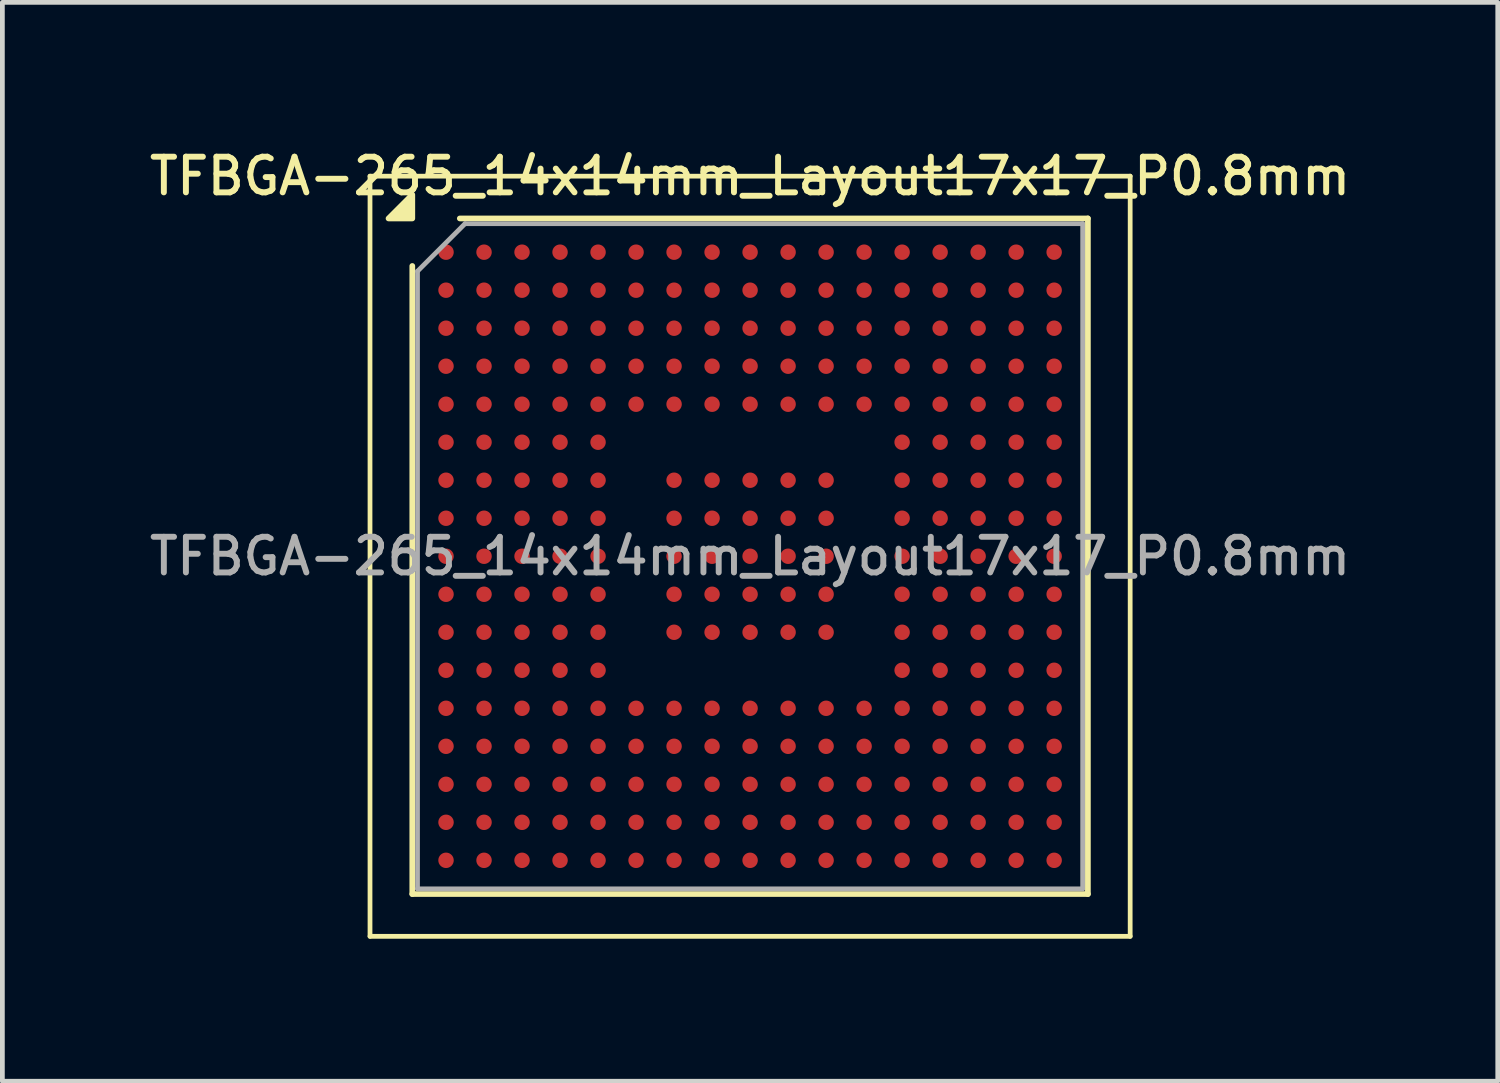
<source format=kicad_pcb>
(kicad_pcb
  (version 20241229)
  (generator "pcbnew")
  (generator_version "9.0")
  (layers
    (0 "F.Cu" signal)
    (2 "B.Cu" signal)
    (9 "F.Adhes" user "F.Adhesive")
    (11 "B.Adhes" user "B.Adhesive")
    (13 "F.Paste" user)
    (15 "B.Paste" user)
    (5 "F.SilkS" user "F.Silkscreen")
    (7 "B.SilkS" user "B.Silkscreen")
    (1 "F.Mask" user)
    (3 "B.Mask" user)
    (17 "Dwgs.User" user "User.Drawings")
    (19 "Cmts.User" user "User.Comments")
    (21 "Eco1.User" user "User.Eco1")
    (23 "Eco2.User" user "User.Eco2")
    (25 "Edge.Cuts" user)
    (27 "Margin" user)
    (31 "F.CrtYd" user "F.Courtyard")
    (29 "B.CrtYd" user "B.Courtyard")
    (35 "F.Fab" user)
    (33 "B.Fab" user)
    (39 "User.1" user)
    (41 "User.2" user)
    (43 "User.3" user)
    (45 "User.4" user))
  (footprint "TFBGA-265_14x14mm_Layout17x17_P0.8mm"
    (layer "F.Cu")
    (at 12.738 8.658)
    (property "Reference" "TFBGA-265_14x14mm_Layout17x17_P0.8mm" (at 0 -8 0) (layer "F.SilkS") (effects (font (size 0.75 0.75) (thickness 0.125))))
    (attr smd)
    (fp_line (start -8 -8) (end -8 8) (stroke (width 0.1) (type solid)) (layer "F.SilkS"))
    (fp_line (start -8 8) (end 8 8) (stroke (width 0.1) (type solid)) (layer "F.SilkS"))
    (fp_line (start -7.11 7.11) (end -7.11 -6.11) (stroke (width 0.12) (type solid)) (layer "F.SilkS"))
    (fp_line (start -6.11 -7.11) (end 7.11 -7.11) (stroke (width 0.12) (type solid)) (layer "F.SilkS"))
    (fp_line (start 7.11 -7.11) (end 7.11 7.11) (stroke (width 0.12) (type solid)) (layer "F.SilkS"))
    (fp_line (start 7.11 7.11) (end -7.11 7.11) (stroke (width 0.12) (type solid)) (layer "F.SilkS"))
    (fp_line (start 8 -8) (end -8 -8) (stroke (width 0.1) (type solid)) (layer "F.SilkS"))
    (fp_line (start 8 8) (end 8 -8) (stroke (width 0.1) (type solid)) (layer "F.SilkS"))
    (fp_poly (pts (xy -7.11 -7.11) (xy -7.61 -7.11) (xy -7.11 -7.61) (xy -7.11 -7.11)) (stroke (width 0.12) (type solid)) (fill yes) (layer "F.SilkS"))
    (fp_line (start -7 -6) (end -6 -7) (stroke (width 0.1) (type solid)) (layer "F.Fab"))
    (fp_line (start -7 7) (end -7 -6) (stroke (width 0.1) (type solid)) (layer "F.Fab"))
    (fp_line (start -6 -7) (end 7 -7) (stroke (width 0.1) (type solid)) (layer "F.Fab"))
    (fp_line (start 7 -7) (end 7 7) (stroke (width 0.1) (type solid)) (layer "F.Fab"))
    (fp_line (start 7 7) (end -7 7) (stroke (width 0.1) (type solid)) (layer "F.Fab"))
    (fp_text user "${REFERENCE}" (at 0 0 0) (layer "F.Fab") (effects (font (size 0.75 0.75) (thickness 0.125))))
    (pad "A1" smd circle (at -6.4 -6.4) (size 0.325 0.325) (property pad_prop_bga) (layers "F.Cu" "F.Mask" "F.Paste"))
    (pad "A2" smd circle (at -5.6 -6.4) (size 0.325 0.325) (property pad_prop_bga) (layers "F.Cu" "F.Mask" "F.Paste"))
    (pad "A3" smd circle (at -4.8 -6.4) (size 0.325 0.325) (property pad_prop_bga) (layers "F.Cu" "F.Mask" "F.Paste"))
    (pad "A4" smd circle (at -4 -6.4) (size 0.325 0.325) (property pad_prop_bga) (layers "F.Cu" "F.Mask" "F.Paste"))
    (pad "A5" smd circle (at -3.2 -6.4) (size 0.325 0.325) (property pad_prop_bga) (layers "F.Cu" "F.Mask" "F.Paste"))
    (pad "A6" smd circle (at -2.4 -6.4) (size 0.325 0.325) (property pad_prop_bga) (layers "F.Cu" "F.Mask" "F.Paste"))
    (pad "A7" smd circle (at -1.6 -6.4) (size 0.325 0.325) (property pad_prop_bga) (layers "F.Cu" "F.Mask" "F.Paste"))
    (pad "A8" smd circle (at -0.8 -6.4) (size 0.325 0.325) (property pad_prop_bga) (layers "F.Cu" "F.Mask" "F.Paste"))
    (pad "A9" smd circle (at 0 -6.4) (size 0.325 0.325) (property pad_prop_bga) (layers "F.Cu" "F.Mask" "F.Paste"))
    (pad "A10" smd circle (at 0.8 -6.4) (size 0.325 0.325) (property pad_prop_bga) (layers "F.Cu" "F.Mask" "F.Paste"))
    (pad "A11" smd circle (at 1.6 -6.4) (size 0.325 0.325) (property pad_prop_bga) (layers "F.Cu" "F.Mask" "F.Paste"))
    (pad "A12" smd circle (at 2.4 -6.4) (size 0.325 0.325) (property pad_prop_bga) (layers "F.Cu" "F.Mask" "F.Paste"))
    (pad "A13" smd circle (at 3.2 -6.4) (size 0.325 0.325) (property pad_prop_bga) (layers "F.Cu" "F.Mask" "F.Paste"))
    (pad "A14" smd circle (at 4 -6.4) (size 0.325 0.325) (property pad_prop_bga) (layers "F.Cu" "F.Mask" "F.Paste"))
    (pad "A15" smd circle (at 4.8 -6.4) (size 0.325 0.325) (property pad_prop_bga) (layers "F.Cu" "F.Mask" "F.Paste"))
    (pad "A16" smd circle (at 5.6 -6.4) (size 0.325 0.325) (property pad_prop_bga) (layers "F.Cu" "F.Mask" "F.Paste"))
    (pad "A17" smd circle (at 6.4 -6.4) (size 0.325 0.325) (property pad_prop_bga) (layers "F.Cu" "F.Mask" "F.Paste"))
    (pad "B1" smd circle (at -6.4 -5.6) (size 0.325 0.325) (property pad_prop_bga) (layers "F.Cu" "F.Mask" "F.Paste"))
    (pad "B2" smd circle (at -5.6 -5.6) (size 0.325 0.325) (property pad_prop_bga) (layers "F.Cu" "F.Mask" "F.Paste"))
    (pad "B3" smd circle (at -4.8 -5.6) (size 0.325 0.325) (property pad_prop_bga) (layers "F.Cu" "F.Mask" "F.Paste"))
    (pad "B4" smd circle (at -4 -5.6) (size 0.325 0.325) (property pad_prop_bga) (layers "F.Cu" "F.Mask" "F.Paste"))
    (pad "B5" smd circle (at -3.2 -5.6) (size 0.325 0.325) (property pad_prop_bga) (layers "F.Cu" "F.Mask" "F.Paste"))
    (pad "B6" smd circle (at -2.4 -5.6) (size 0.325 0.325) (property pad_prop_bga) (layers "F.Cu" "F.Mask" "F.Paste"))
    (pad "B7" smd circle (at -1.6 -5.6) (size 0.325 0.325) (property pad_prop_bga) (layers "F.Cu" "F.Mask" "F.Paste"))
    (pad "B8" smd circle (at -0.8 -5.6) (size 0.325 0.325) (property pad_prop_bga) (layers "F.Cu" "F.Mask" "F.Paste"))
    (pad "B9" smd circle (at 0 -5.6) (size 0.325 0.325) (property pad_prop_bga) (layers "F.Cu" "F.Mask" "F.Paste"))
    (pad "B10" smd circle (at 0.8 -5.6) (size 0.325 0.325) (property pad_prop_bga) (layers "F.Cu" "F.Mask" "F.Paste"))
    (pad "B11" smd circle (at 1.6 -5.6) (size 0.325 0.325) (property pad_prop_bga) (layers "F.Cu" "F.Mask" "F.Paste"))
    (pad "B12" smd circle (at 2.4 -5.6) (size 0.325 0.325) (property pad_prop_bga) (layers "F.Cu" "F.Mask" "F.Paste"))
    (pad "B13" smd circle (at 3.2 -5.6) (size 0.325 0.325) (property pad_prop_bga) (layers "F.Cu" "F.Mask" "F.Paste"))
    (pad "B14" smd circle (at 4 -5.6) (size 0.325 0.325) (property pad_prop_bga) (layers "F.Cu" "F.Mask" "F.Paste"))
    (pad "B15" smd circle (at 4.8 -5.6) (size 0.325 0.325) (property pad_prop_bga) (layers "F.Cu" "F.Mask" "F.Paste"))
    (pad "B16" smd circle (at 5.6 -5.6) (size 0.325 0.325) (property pad_prop_bga) (layers "F.Cu" "F.Mask" "F.Paste"))
    (pad "B17" smd circle (at 6.4 -5.6) (size 0.325 0.325) (property pad_prop_bga) (layers "F.Cu" "F.Mask" "F.Paste"))
    (pad "C1" smd circle (at -6.4 -4.8) (size 0.325 0.325) (property pad_prop_bga) (layers "F.Cu" "F.Mask" "F.Paste"))
    (pad "C2" smd circle (at -5.6 -4.8) (size 0.325 0.325) (property pad_prop_bga) (layers "F.Cu" "F.Mask" "F.Paste"))
    (pad "C3" smd circle (at -4.8 -4.8) (size 0.325 0.325) (property pad_prop_bga) (layers "F.Cu" "F.Mask" "F.Paste"))
    (pad "C4" smd circle (at -4 -4.8) (size 0.325 0.325) (property pad_prop_bga) (layers "F.Cu" "F.Mask" "F.Paste"))
    (pad "C5" smd circle (at -3.2 -4.8) (size 0.325 0.325) (property pad_prop_bga) (layers "F.Cu" "F.Mask" "F.Paste"))
    (pad "C6" smd circle (at -2.4 -4.8) (size 0.325 0.325) (property pad_prop_bga) (layers "F.Cu" "F.Mask" "F.Paste"))
    (pad "C7" smd circle (at -1.6 -4.8) (size 0.325 0.325) (property pad_prop_bga) (layers "F.Cu" "F.Mask" "F.Paste"))
    (pad "C8" smd circle (at -0.8 -4.8) (size 0.325 0.325) (property pad_prop_bga) (layers "F.Cu" "F.Mask" "F.Paste"))
    (pad "C9" smd circle (at 0 -4.8) (size 0.325 0.325) (property pad_prop_bga) (layers "F.Cu" "F.Mask" "F.Paste"))
    (pad "C10" smd circle (at 0.8 -4.8) (size 0.325 0.325) (property pad_prop_bga) (layers "F.Cu" "F.Mask" "F.Paste"))
    (pad "C11" smd circle (at 1.6 -4.8) (size 0.325 0.325) (property pad_prop_bga) (layers "F.Cu" "F.Mask" "F.Paste"))
    (pad "C12" smd circle (at 2.4 -4.8) (size 0.325 0.325) (property pad_prop_bga) (layers "F.Cu" "F.Mask" "F.Paste"))
    (pad "C13" smd circle (at 3.2 -4.8) (size 0.325 0.325) (property pad_prop_bga) (layers "F.Cu" "F.Mask" "F.Paste"))
    (pad "C14" smd circle (at 4 -4.8) (size 0.325 0.325) (property pad_prop_bga) (layers "F.Cu" "F.Mask" "F.Paste"))
    (pad "C15" smd circle (at 4.8 -4.8) (size 0.325 0.325) (property pad_prop_bga) (layers "F.Cu" "F.Mask" "F.Paste"))
    (pad "C16" smd circle (at 5.6 -4.8) (size 0.325 0.325) (property pad_prop_bga) (layers "F.Cu" "F.Mask" "F.Paste"))
    (pad "C17" smd circle (at 6.4 -4.8) (size 0.325 0.325) (property pad_prop_bga) (layers "F.Cu" "F.Mask" "F.Paste"))
    (pad "D1" smd circle (at -6.4 -4) (size 0.325 0.325) (property pad_prop_bga) (layers "F.Cu" "F.Mask" "F.Paste"))
    (pad "D2" smd circle (at -5.6 -4) (size 0.325 0.325) (property pad_prop_bga) (layers "F.Cu" "F.Mask" "F.Paste"))
    (pad "D3" smd circle (at -4.8 -4) (size 0.325 0.325) (property pad_prop_bga) (layers "F.Cu" "F.Mask" "F.Paste"))
    (pad "D4" smd circle (at -4 -4) (size 0.325 0.325) (property pad_prop_bga) (layers "F.Cu" "F.Mask" "F.Paste"))
    (pad "D5" smd circle (at -3.2 -4) (size 0.325 0.325) (property pad_prop_bga) (layers "F.Cu" "F.Mask" "F.Paste"))
    (pad "D6" smd circle (at -2.4 -4) (size 0.325 0.325) (property pad_prop_bga) (layers "F.Cu" "F.Mask" "F.Paste"))
    (pad "D7" smd circle (at -1.6 -4) (size 0.325 0.325) (property pad_prop_bga) (layers "F.Cu" "F.Mask" "F.Paste"))
    (pad "D8" smd circle (at -0.8 -4) (size 0.325 0.325) (property pad_prop_bga) (layers "F.Cu" "F.Mask" "F.Paste"))
    (pad "D9" smd circle (at 0 -4) (size 0.325 0.325) (property pad_prop_bga) (layers "F.Cu" "F.Mask" "F.Paste"))
    (pad "D10" smd circle (at 0.8 -4) (size 0.325 0.325) (property pad_prop_bga) (layers "F.Cu" "F.Mask" "F.Paste"))
    (pad "D11" smd circle (at 1.6 -4) (size 0.325 0.325) (property pad_prop_bga) (layers "F.Cu" "F.Mask" "F.Paste"))
    (pad "D12" smd circle (at 2.4 -4) (size 0.325 0.325) (property pad_prop_bga) (layers "F.Cu" "F.Mask" "F.Paste"))
    (pad "D13" smd circle (at 3.2 -4) (size 0.325 0.325) (property pad_prop_bga) (layers "F.Cu" "F.Mask" "F.Paste"))
    (pad "D14" smd circle (at 4 -4) (size 0.325 0.325) (property pad_prop_bga) (layers "F.Cu" "F.Mask" "F.Paste"))
    (pad "D15" smd circle (at 4.8 -4) (size 0.325 0.325) (property pad_prop_bga) (layers "F.Cu" "F.Mask" "F.Paste"))
    (pad "D16" smd circle (at 5.6 -4) (size 0.325 0.325) (property pad_prop_bga) (layers "F.Cu" "F.Mask" "F.Paste"))
    (pad "D17" smd circle (at 6.4 -4) (size 0.325 0.325) (property pad_prop_bga) (layers "F.Cu" "F.Mask" "F.Paste"))
    (pad "E1" smd circle (at -6.4 -3.2) (size 0.325 0.325) (property pad_prop_bga) (layers "F.Cu" "F.Mask" "F.Paste"))
    (pad "E2" smd circle (at -5.6 -3.2) (size 0.325 0.325) (property pad_prop_bga) (layers "F.Cu" "F.Mask" "F.Paste"))
    (pad "E3" smd circle (at -4.8 -3.2) (size 0.325 0.325) (property pad_prop_bga) (layers "F.Cu" "F.Mask" "F.Paste"))
    (pad "E4" smd circle (at -4 -3.2) (size 0.325 0.325) (property pad_prop_bga) (layers "F.Cu" "F.Mask" "F.Paste"))
    (pad "E5" smd circle (at -3.2 -3.2) (size 0.325 0.325) (property pad_prop_bga) (layers "F.Cu" "F.Mask" "F.Paste"))
    (pad "E6" smd circle (at -2.4 -3.2) (size 0.325 0.325) (property pad_prop_bga) (layers "F.Cu" "F.Mask" "F.Paste"))
    (pad "E7" smd circle (at -1.6 -3.2) (size 0.325 0.325) (property pad_prop_bga) (layers "F.Cu" "F.Mask" "F.Paste"))
    (pad "E8" smd circle (at -0.8 -3.2) (size 0.325 0.325) (property pad_prop_bga) (layers "F.Cu" "F.Mask" "F.Paste"))
    (pad "E9" smd circle (at 0 -3.2) (size 0.325 0.325) (property pad_prop_bga) (layers "F.Cu" "F.Mask" "F.Paste"))
    (pad "E10" smd circle (at 0.8 -3.2) (size 0.325 0.325) (property pad_prop_bga) (layers "F.Cu" "F.Mask" "F.Paste"))
    (pad "E11" smd circle (at 1.6 -3.2) (size 0.325 0.325) (property pad_prop_bga) (layers "F.Cu" "F.Mask" "F.Paste"))
    (pad "E12" smd circle (at 2.4 -3.2) (size 0.325 0.325) (property pad_prop_bga) (layers "F.Cu" "F.Mask" "F.Paste"))
    (pad "E13" smd circle (at 3.2 -3.2) (size 0.325 0.325) (property pad_prop_bga) (layers "F.Cu" "F.Mask" "F.Paste"))
    (pad "E14" smd circle (at 4 -3.2) (size 0.325 0.325) (property pad_prop_bga) (layers "F.Cu" "F.Mask" "F.Paste"))
    (pad "E15" smd circle (at 4.8 -3.2) (size 0.325 0.325) (property pad_prop_bga) (layers "F.Cu" "F.Mask" "F.Paste"))
    (pad "E16" smd circle (at 5.6 -3.2) (size 0.325 0.325) (property pad_prop_bga) (layers "F.Cu" "F.Mask" "F.Paste"))
    (pad "E17" smd circle (at 6.4 -3.2) (size 0.325 0.325) (property pad_prop_bga) (layers "F.Cu" "F.Mask" "F.Paste"))
    (pad "F1" smd circle (at -6.4 -2.4) (size 0.325 0.325) (property pad_prop_bga) (layers "F.Cu" "F.Mask" "F.Paste"))
    (pad "F2" smd circle (at -5.6 -2.4) (size 0.325 0.325) (property pad_prop_bga) (layers "F.Cu" "F.Mask" "F.Paste"))
    (pad "F3" smd circle (at -4.8 -2.4) (size 0.325 0.325) (property pad_prop_bga) (layers "F.Cu" "F.Mask" "F.Paste"))
    (pad "F4" smd circle (at -4 -2.4) (size 0.325 0.325) (property pad_prop_bga) (layers "F.Cu" "F.Mask" "F.Paste"))
    (pad "F5" smd circle (at -3.2 -2.4) (size 0.325 0.325) (property pad_prop_bga) (layers "F.Cu" "F.Mask" "F.Paste"))
    (pad "F13" smd circle (at 3.2 -2.4) (size 0.325 0.325) (property pad_prop_bga) (layers "F.Cu" "F.Mask" "F.Paste"))
    (pad "F14" smd circle (at 4 -2.4) (size 0.325 0.325) (property pad_prop_bga) (layers "F.Cu" "F.Mask" "F.Paste"))
    (pad "F15" smd circle (at 4.8 -2.4) (size 0.325 0.325) (property pad_prop_bga) (layers "F.Cu" "F.Mask" "F.Paste"))
    (pad "F16" smd circle (at 5.6 -2.4) (size 0.325 0.325) (property pad_prop_bga) (layers "F.Cu" "F.Mask" "F.Paste"))
    (pad "F17" smd circle (at 6.4 -2.4) (size 0.325 0.325) (property pad_prop_bga) (layers "F.Cu" "F.Mask" "F.Paste"))
    (pad "G1" smd circle (at -6.4 -1.6) (size 0.325 0.325) (property pad_prop_bga) (layers "F.Cu" "F.Mask" "F.Paste"))
    (pad "G2" smd circle (at -5.6 -1.6) (size 0.325 0.325) (property pad_prop_bga) (layers "F.Cu" "F.Mask" "F.Paste"))
    (pad "G3" smd circle (at -4.8 -1.6) (size 0.325 0.325) (property pad_prop_bga) (layers "F.Cu" "F.Mask" "F.Paste"))
    (pad "G4" smd circle (at -4 -1.6) (size 0.325 0.325) (property pad_prop_bga) (layers "F.Cu" "F.Mask" "F.Paste"))
    (pad "G5" smd circle (at -3.2 -1.6) (size 0.325 0.325) (property pad_prop_bga) (layers "F.Cu" "F.Mask" "F.Paste"))
    (pad "G7" smd circle (at -1.6 -1.6) (size 0.325 0.325) (property pad_prop_bga) (layers "F.Cu" "F.Mask" "F.Paste"))
    (pad "G8" smd circle (at -0.8 -1.6) (size 0.325 0.325) (property pad_prop_bga) (layers "F.Cu" "F.Mask" "F.Paste"))
    (pad "G9" smd circle (at 0 -1.6) (size 0.325 0.325) (property pad_prop_bga) (layers "F.Cu" "F.Mask" "F.Paste"))
    (pad "G10" smd circle (at 0.8 -1.6) (size 0.325 0.325) (property pad_prop_bga) (layers "F.Cu" "F.Mask" "F.Paste"))
    (pad "G11" smd circle (at 1.6 -1.6) (size 0.325 0.325) (property pad_prop_bga) (layers "F.Cu" "F.Mask" "F.Paste"))
    (pad "G13" smd circle (at 3.2 -1.6) (size 0.325 0.325) (property pad_prop_bga) (layers "F.Cu" "F.Mask" "F.Paste"))
    (pad "G14" smd circle (at 4 -1.6) (size 0.325 0.325) (property pad_prop_bga) (layers "F.Cu" "F.Mask" "F.Paste"))
    (pad "G15" smd circle (at 4.8 -1.6) (size 0.325 0.325) (property pad_prop_bga) (layers "F.Cu" "F.Mask" "F.Paste"))
    (pad "G16" smd circle (at 5.6 -1.6) (size 0.325 0.325) (property pad_prop_bga) (layers "F.Cu" "F.Mask" "F.Paste"))
    (pad "G17" smd circle (at 6.4 -1.6) (size 0.325 0.325) (property pad_prop_bga) (layers "F.Cu" "F.Mask" "F.Paste"))
    (pad "H1" smd circle (at -6.4 -0.8) (size 0.325 0.325) (property pad_prop_bga) (layers "F.Cu" "F.Mask" "F.Paste"))
    (pad "H2" smd circle (at -5.6 -0.8) (size 0.325 0.325) (property pad_prop_bga) (layers "F.Cu" "F.Mask" "F.Paste"))
    (pad "H3" smd circle (at -4.8 -0.8) (size 0.325 0.325) (property pad_prop_bga) (layers "F.Cu" "F.Mask" "F.Paste"))
    (pad "H4" smd circle (at -4 -0.8) (size 0.325 0.325) (property pad_prop_bga) (layers "F.Cu" "F.Mask" "F.Paste"))
    (pad "H5" smd circle (at -3.2 -0.8) (size 0.325 0.325) (property pad_prop_bga) (layers "F.Cu" "F.Mask" "F.Paste"))
    (pad "H7" smd circle (at -1.6 -0.8) (size 0.325 0.325) (property pad_prop_bga) (layers "F.Cu" "F.Mask" "F.Paste"))
    (pad "H8" smd circle (at -0.8 -0.8) (size 0.325 0.325) (property pad_prop_bga) (layers "F.Cu" "F.Mask" "F.Paste"))
    (pad "H9" smd circle (at 0 -0.8) (size 0.325 0.325) (property pad_prop_bga) (layers "F.Cu" "F.Mask" "F.Paste"))
    (pad "H10" smd circle (at 0.8 -0.8) (size 0.325 0.325) (property pad_prop_bga) (layers "F.Cu" "F.Mask" "F.Paste"))
    (pad "H11" smd circle (at 1.6 -0.8) (size 0.325 0.325) (property pad_prop_bga) (layers "F.Cu" "F.Mask" "F.Paste"))
    (pad "H13" smd circle (at 3.2 -0.8) (size 0.325 0.325) (property pad_prop_bga) (layers "F.Cu" "F.Mask" "F.Paste"))
    (pad "H14" smd circle (at 4 -0.8) (size 0.325 0.325) (property pad_prop_bga) (layers "F.Cu" "F.Mask" "F.Paste"))
    (pad "H15" smd circle (at 4.8 -0.8) (size 0.325 0.325) (property pad_prop_bga) (layers "F.Cu" "F.Mask" "F.Paste"))
    (pad "H16" smd circle (at 5.6 -0.8) (size 0.325 0.325) (property pad_prop_bga) (layers "F.Cu" "F.Mask" "F.Paste"))
    (pad "H17" smd circle (at 6.4 -0.8) (size 0.325 0.325) (property pad_prop_bga) (layers "F.Cu" "F.Mask" "F.Paste"))
    (pad "J1" smd circle (at -6.4 0) (size 0.325 0.325) (property pad_prop_bga) (layers "F.Cu" "F.Mask" "F.Paste"))
    (pad "J2" smd circle (at -5.6 0) (size 0.325 0.325) (property pad_prop_bga) (layers "F.Cu" "F.Mask" "F.Paste"))
    (pad "J3" smd circle (at -4.8 0) (size 0.325 0.325) (property pad_prop_bga) (layers "F.Cu" "F.Mask" "F.Paste"))
    (pad "J4" smd circle (at -4 0) (size 0.325 0.325) (property pad_prop_bga) (layers "F.Cu" "F.Mask" "F.Paste"))
    (pad "J5" smd circle (at -3.2 0) (size 0.325 0.325) (property pad_prop_bga) (layers "F.Cu" "F.Mask" "F.Paste"))
    (pad "J7" smd circle (at -1.6 0) (size 0.325 0.325) (property pad_prop_bga) (layers "F.Cu" "F.Mask" "F.Paste"))
    (pad "J8" smd circle (at -0.8 0) (size 0.325 0.325) (property pad_prop_bga) (layers "F.Cu" "F.Mask" "F.Paste"))
    (pad "J9" smd circle (at 0 0) (size 0.325 0.325) (property pad_prop_bga) (layers "F.Cu" "F.Mask" "F.Paste"))
    (pad "J10" smd circle (at 0.8 0) (size 0.325 0.325) (property pad_prop_bga) (layers "F.Cu" "F.Mask" "F.Paste"))
    (pad "J11" smd circle (at 1.6 0) (size 0.325 0.325) (property pad_prop_bga) (layers "F.Cu" "F.Mask" "F.Paste"))
    (pad "J13" smd circle (at 3.2 0) (size 0.325 0.325) (property pad_prop_bga) (layers "F.Cu" "F.Mask" "F.Paste"))
    (pad "J14" smd circle (at 4 0) (size 0.325 0.325) (property pad_prop_bga) (layers "F.Cu" "F.Mask" "F.Paste"))
    (pad "J15" smd circle (at 4.8 0) (size 0.325 0.325) (property pad_prop_bga) (layers "F.Cu" "F.Mask" "F.Paste"))
    (pad "J16" smd circle (at 5.6 0) (size 0.325 0.325) (property pad_prop_bga) (layers "F.Cu" "F.Mask" "F.Paste"))
    (pad "J17" smd circle (at 6.4 0) (size 0.325 0.325) (property pad_prop_bga) (layers "F.Cu" "F.Mask" "F.Paste"))
    (pad "K1" smd circle (at -6.4 0.8) (size 0.325 0.325) (property pad_prop_bga) (layers "F.Cu" "F.Mask" "F.Paste"))
    (pad "K2" smd circle (at -5.6 0.8) (size 0.325 0.325) (property pad_prop_bga) (layers "F.Cu" "F.Mask" "F.Paste"))
    (pad "K3" smd circle (at -4.8 0.8) (size 0.325 0.325) (property pad_prop_bga) (layers "F.Cu" "F.Mask" "F.Paste"))
    (pad "K4" smd circle (at -4 0.8) (size 0.325 0.325) (property pad_prop_bga) (layers "F.Cu" "F.Mask" "F.Paste"))
    (pad "K5" smd circle (at -3.2 0.8) (size 0.325 0.325) (property pad_prop_bga) (layers "F.Cu" "F.Mask" "F.Paste"))
    (pad "K7" smd circle (at -1.6 0.8) (size 0.325 0.325) (property pad_prop_bga) (layers "F.Cu" "F.Mask" "F.Paste"))
    (pad "K8" smd circle (at -0.8 0.8) (size 0.325 0.325) (property pad_prop_bga) (layers "F.Cu" "F.Mask" "F.Paste"))
    (pad "K9" smd circle (at 0 0.8) (size 0.325 0.325) (property pad_prop_bga) (layers "F.Cu" "F.Mask" "F.Paste"))
    (pad "K10" smd circle (at 0.8 0.8) (size 0.325 0.325) (property pad_prop_bga) (layers "F.Cu" "F.Mask" "F.Paste"))
    (pad "K11" smd circle (at 1.6 0.8) (size 0.325 0.325) (property pad_prop_bga) (layers "F.Cu" "F.Mask" "F.Paste"))
    (pad "K13" smd circle (at 3.2 0.8) (size 0.325 0.325) (property pad_prop_bga) (layers "F.Cu" "F.Mask" "F.Paste"))
    (pad "K14" smd circle (at 4 0.8) (size 0.325 0.325) (property pad_prop_bga) (layers "F.Cu" "F.Mask" "F.Paste"))
    (pad "K15" smd circle (at 4.8 0.8) (size 0.325 0.325) (property pad_prop_bga) (layers "F.Cu" "F.Mask" "F.Paste"))
    (pad "K16" smd circle (at 5.6 0.8) (size 0.325 0.325) (property pad_prop_bga) (layers "F.Cu" "F.Mask" "F.Paste"))
    (pad "K17" smd circle (at 6.4 0.8) (size 0.325 0.325) (property pad_prop_bga) (layers "F.Cu" "F.Mask" "F.Paste"))
    (pad "L1" smd circle (at -6.4 1.6) (size 0.325 0.325) (property pad_prop_bga) (layers "F.Cu" "F.Mask" "F.Paste"))
    (pad "L2" smd circle (at -5.6 1.6) (size 0.325 0.325) (property pad_prop_bga) (layers "F.Cu" "F.Mask" "F.Paste"))
    (pad "L3" smd circle (at -4.8 1.6) (size 0.325 0.325) (property pad_prop_bga) (layers "F.Cu" "F.Mask" "F.Paste"))
    (pad "L4" smd circle (at -4 1.6) (size 0.325 0.325) (property pad_prop_bga) (layers "F.Cu" "F.Mask" "F.Paste"))
    (pad "L5" smd circle (at -3.2 1.6) (size 0.325 0.325) (property pad_prop_bga) (layers "F.Cu" "F.Mask" "F.Paste"))
    (pad "L7" smd circle (at -1.6 1.6) (size 0.325 0.325) (property pad_prop_bga) (layers "F.Cu" "F.Mask" "F.Paste"))
    (pad "L8" smd circle (at -0.8 1.6) (size 0.325 0.325) (property pad_prop_bga) (layers "F.Cu" "F.Mask" "F.Paste"))
    (pad "L9" smd circle (at 0 1.6) (size 0.325 0.325) (property pad_prop_bga) (layers "F.Cu" "F.Mask" "F.Paste"))
    (pad "L10" smd circle (at 0.8 1.6) (size 0.325 0.325) (property pad_prop_bga) (layers "F.Cu" "F.Mask" "F.Paste"))
    (pad "L11" smd circle (at 1.6 1.6) (size 0.325 0.325) (property pad_prop_bga) (layers "F.Cu" "F.Mask" "F.Paste"))
    (pad "L13" smd circle (at 3.2 1.6) (size 0.325 0.325) (property pad_prop_bga) (layers "F.Cu" "F.Mask" "F.Paste"))
    (pad "L14" smd circle (at 4 1.6) (size 0.325 0.325) (property pad_prop_bga) (layers "F.Cu" "F.Mask" "F.Paste"))
    (pad "L15" smd circle (at 4.8 1.6) (size 0.325 0.325) (property pad_prop_bga) (layers "F.Cu" "F.Mask" "F.Paste"))
    (pad "L16" smd circle (at 5.6 1.6) (size 0.325 0.325) (property pad_prop_bga) (layers "F.Cu" "F.Mask" "F.Paste"))
    (pad "L17" smd circle (at 6.4 1.6) (size 0.325 0.325) (property pad_prop_bga) (layers "F.Cu" "F.Mask" "F.Paste"))
    (pad "M1" smd circle (at -6.4 2.4) (size 0.325 0.325) (property pad_prop_bga) (layers "F.Cu" "F.Mask" "F.Paste"))
    (pad "M2" smd circle (at -5.6 2.4) (size 0.325 0.325) (property pad_prop_bga) (layers "F.Cu" "F.Mask" "F.Paste"))
    (pad "M3" smd circle (at -4.8 2.4) (size 0.325 0.325) (property pad_prop_bga) (layers "F.Cu" "F.Mask" "F.Paste"))
    (pad "M4" smd circle (at -4 2.4) (size 0.325 0.325) (property pad_prop_bga) (layers "F.Cu" "F.Mask" "F.Paste"))
    (pad "M5" smd circle (at -3.2 2.4) (size 0.325 0.325) (property pad_prop_bga) (layers "F.Cu" "F.Mask" "F.Paste"))
    (pad "M13" smd circle (at 3.2 2.4) (size 0.325 0.325) (property pad_prop_bga) (layers "F.Cu" "F.Mask" "F.Paste"))
    (pad "M14" smd circle (at 4 2.4) (size 0.325 0.325) (property pad_prop_bga) (layers "F.Cu" "F.Mask" "F.Paste"))
    (pad "M15" smd circle (at 4.8 2.4) (size 0.325 0.325) (property pad_prop_bga) (layers "F.Cu" "F.Mask" "F.Paste"))
    (pad "M16" smd circle (at 5.6 2.4) (size 0.325 0.325) (property pad_prop_bga) (layers "F.Cu" "F.Mask" "F.Paste"))
    (pad "M17" smd circle (at 6.4 2.4) (size 0.325 0.325) (property pad_prop_bga) (layers "F.Cu" "F.Mask" "F.Paste"))
    (pad "N1" smd circle (at -6.4 3.2) (size 0.325 0.325) (property pad_prop_bga) (layers "F.Cu" "F.Mask" "F.Paste"))
    (pad "N2" smd circle (at -5.6 3.2) (size 0.325 0.325) (property pad_prop_bga) (layers "F.Cu" "F.Mask" "F.Paste"))
    (pad "N3" smd circle (at -4.8 3.2) (size 0.325 0.325) (property pad_prop_bga) (layers "F.Cu" "F.Mask" "F.Paste"))
    (pad "N4" smd circle (at -4 3.2) (size 0.325 0.325) (property pad_prop_bga) (layers "F.Cu" "F.Mask" "F.Paste"))
    (pad "N5" smd circle (at -3.2 3.2) (size 0.325 0.325) (property pad_prop_bga) (layers "F.Cu" "F.Mask" "F.Paste"))
    (pad "N6" smd circle (at -2.4 3.2) (size 0.325 0.325) (property pad_prop_bga) (layers "F.Cu" "F.Mask" "F.Paste"))
    (pad "N7" smd circle (at -1.6 3.2) (size 0.325 0.325) (property pad_prop_bga) (layers "F.Cu" "F.Mask" "F.Paste"))
    (pad "N8" smd circle (at -0.8 3.2) (size 0.325 0.325) (property pad_prop_bga) (layers "F.Cu" "F.Mask" "F.Paste"))
    (pad "N9" smd circle (at 0 3.2) (size 0.325 0.325) (property pad_prop_bga) (layers "F.Cu" "F.Mask" "F.Paste"))
    (pad "N10" smd circle (at 0.8 3.2) (size 0.325 0.325) (property pad_prop_bga) (layers "F.Cu" "F.Mask" "F.Paste"))
    (pad "N11" smd circle (at 1.6 3.2) (size 0.325 0.325) (property pad_prop_bga) (layers "F.Cu" "F.Mask" "F.Paste"))
    (pad "N12" smd circle (at 2.4 3.2) (size 0.325 0.325) (property pad_prop_bga) (layers "F.Cu" "F.Mask" "F.Paste"))
    (pad "N13" smd circle (at 3.2 3.2) (size 0.325 0.325) (property pad_prop_bga) (layers "F.Cu" "F.Mask" "F.Paste"))
    (pad "N14" smd circle (at 4 3.2) (size 0.325 0.325) (property pad_prop_bga) (layers "F.Cu" "F.Mask" "F.Paste"))
    (pad "N15" smd circle (at 4.8 3.2) (size 0.325 0.325) (property pad_prop_bga) (layers "F.Cu" "F.Mask" "F.Paste"))
    (pad "N16" smd circle (at 5.6 3.2) (size 0.325 0.325) (property pad_prop_bga) (layers "F.Cu" "F.Mask" "F.Paste"))
    (pad "N17" smd circle (at 6.4 3.2) (size 0.325 0.325) (property pad_prop_bga) (layers "F.Cu" "F.Mask" "F.Paste"))
    (pad "P1" smd circle (at -6.4 4) (size 0.325 0.325) (property pad_prop_bga) (layers "F.Cu" "F.Mask" "F.Paste"))
    (pad "P2" smd circle (at -5.6 4) (size 0.325 0.325) (property pad_prop_bga) (layers "F.Cu" "F.Mask" "F.Paste"))
    (pad "P3" smd circle (at -4.8 4) (size 0.325 0.325) (property pad_prop_bga) (layers "F.Cu" "F.Mask" "F.Paste"))
    (pad "P4" smd circle (at -4 4) (size 0.325 0.325) (property pad_prop_bga) (layers "F.Cu" "F.Mask" "F.Paste"))
    (pad "P5" smd circle (at -3.2 4) (size 0.325 0.325) (property pad_prop_bga) (layers "F.Cu" "F.Mask" "F.Paste"))
    (pad "P6" smd circle (at -2.4 4) (size 0.325 0.325) (property pad_prop_bga) (layers "F.Cu" "F.Mask" "F.Paste"))
    (pad "P7" smd circle (at -1.6 4) (size 0.325 0.325) (property pad_prop_bga) (layers "F.Cu" "F.Mask" "F.Paste"))
    (pad "P8" smd circle (at -0.8 4) (size 0.325 0.325) (property pad_prop_bga) (layers "F.Cu" "F.Mask" "F.Paste"))
    (pad "P9" smd circle (at 0 4) (size 0.325 0.325) (property pad_prop_bga) (layers "F.Cu" "F.Mask" "F.Paste"))
    (pad "P10" smd circle (at 0.8 4) (size 0.325 0.325) (property pad_prop_bga) (layers "F.Cu" "F.Mask" "F.Paste"))
    (pad "P11" smd circle (at 1.6 4) (size 0.325 0.325) (property pad_prop_bga) (layers "F.Cu" "F.Mask" "F.Paste"))
    (pad "P12" smd circle (at 2.4 4) (size 0.325 0.325) (property pad_prop_bga) (layers "F.Cu" "F.Mask" "F.Paste"))
    (pad "P13" smd circle (at 3.2 4) (size 0.325 0.325) (property pad_prop_bga) (layers "F.Cu" "F.Mask" "F.Paste"))
    (pad "P14" smd circle (at 4 4) (size 0.325 0.325) (property pad_prop_bga) (layers "F.Cu" "F.Mask" "F.Paste"))
    (pad "P15" smd circle (at 4.8 4) (size 0.325 0.325) (property pad_prop_bga) (layers "F.Cu" "F.Mask" "F.Paste"))
    (pad "P16" smd circle (at 5.6 4) (size 0.325 0.325) (property pad_prop_bga) (layers "F.Cu" "F.Mask" "F.Paste"))
    (pad "P17" smd circle (at 6.4 4) (size 0.325 0.325) (property pad_prop_bga) (layers "F.Cu" "F.Mask" "F.Paste"))
    (pad "R1" smd circle (at -6.4 4.8) (size 0.325 0.325) (property pad_prop_bga) (layers "F.Cu" "F.Mask" "F.Paste"))
    (pad "R2" smd circle (at -5.6 4.8) (size 0.325 0.325) (property pad_prop_bga) (layers "F.Cu" "F.Mask" "F.Paste"))
    (pad "R3" smd circle (at -4.8 4.8) (size 0.325 0.325) (property pad_prop_bga) (layers "F.Cu" "F.Mask" "F.Paste"))
    (pad "R4" smd circle (at -4 4.8) (size 0.325 0.325) (property pad_prop_bga) (layers "F.Cu" "F.Mask" "F.Paste"))
    (pad "R5" smd circle (at -3.2 4.8) (size 0.325 0.325) (property pad_prop_bga) (layers "F.Cu" "F.Mask" "F.Paste"))
    (pad "R6" smd circle (at -2.4 4.8) (size 0.325 0.325) (property pad_prop_bga) (layers "F.Cu" "F.Mask" "F.Paste"))
    (pad "R7" smd circle (at -1.6 4.8) (size 0.325 0.325) (property pad_prop_bga) (layers "F.Cu" "F.Mask" "F.Paste"))
    (pad "R8" smd circle (at -0.8 4.8) (size 0.325 0.325) (property pad_prop_bga) (layers "F.Cu" "F.Mask" "F.Paste"))
    (pad "R9" smd circle (at 0 4.8) (size 0.325 0.325) (property pad_prop_bga) (layers "F.Cu" "F.Mask" "F.Paste"))
    (pad "R10" smd circle (at 0.8 4.8) (size 0.325 0.325) (property pad_prop_bga) (layers "F.Cu" "F.Mask" "F.Paste"))
    (pad "R11" smd circle (at 1.6 4.8) (size 0.325 0.325) (property pad_prop_bga) (layers "F.Cu" "F.Mask" "F.Paste"))
    (pad "R12" smd circle (at 2.4 4.8) (size 0.325 0.325) (property pad_prop_bga) (layers "F.Cu" "F.Mask" "F.Paste"))
    (pad "R13" smd circle (at 3.2 4.8) (size 0.325 0.325) (property pad_prop_bga) (layers "F.Cu" "F.Mask" "F.Paste"))
    (pad "R14" smd circle (at 4 4.8) (size 0.325 0.325) (property pad_prop_bga) (layers "F.Cu" "F.Mask" "F.Paste"))
    (pad "R15" smd circle (at 4.8 4.8) (size 0.325 0.325) (property pad_prop_bga) (layers "F.Cu" "F.Mask" "F.Paste"))
    (pad "R16" smd circle (at 5.6 4.8) (size 0.325 0.325) (property pad_prop_bga) (layers "F.Cu" "F.Mask" "F.Paste"))
    (pad "R17" smd circle (at 6.4 4.8) (size 0.325 0.325) (property pad_prop_bga) (layers "F.Cu" "F.Mask" "F.Paste"))
    (pad "T1" smd circle (at -6.4 5.6) (size 0.325 0.325) (property pad_prop_bga) (layers "F.Cu" "F.Mask" "F.Paste"))
    (pad "T2" smd circle (at -5.6 5.6) (size 0.325 0.325) (property pad_prop_bga) (layers "F.Cu" "F.Mask" "F.Paste"))
    (pad "T3" smd circle (at -4.8 5.6) (size 0.325 0.325) (property pad_prop_bga) (layers "F.Cu" "F.Mask" "F.Paste"))
    (pad "T4" smd circle (at -4 5.6) (size 0.325 0.325) (property pad_prop_bga) (layers "F.Cu" "F.Mask" "F.Paste"))
    (pad "T5" smd circle (at -3.2 5.6) (size 0.325 0.325) (property pad_prop_bga) (layers "F.Cu" "F.Mask" "F.Paste"))
    (pad "T6" smd circle (at -2.4 5.6) (size 0.325 0.325) (property pad_prop_bga) (layers "F.Cu" "F.Mask" "F.Paste"))
    (pad "T7" smd circle (at -1.6 5.6) (size 0.325 0.325) (property pad_prop_bga) (layers "F.Cu" "F.Mask" "F.Paste"))
    (pad "T8" smd circle (at -0.8 5.6) (size 0.325 0.325) (property pad_prop_bga) (layers "F.Cu" "F.Mask" "F.Paste"))
    (pad "T9" smd circle (at 0 5.6) (size 0.325 0.325) (property pad_prop_bga) (layers "F.Cu" "F.Mask" "F.Paste"))
    (pad "T10" smd circle (at 0.8 5.6) (size 0.325 0.325) (property pad_prop_bga) (layers "F.Cu" "F.Mask" "F.Paste"))
    (pad "T11" smd circle (at 1.6 5.6) (size 0.325 0.325) (property pad_prop_bga) (layers "F.Cu" "F.Mask" "F.Paste"))
    (pad "T12" smd circle (at 2.4 5.6) (size 0.325 0.325) (property pad_prop_bga) (layers "F.Cu" "F.Mask" "F.Paste"))
    (pad "T13" smd circle (at 3.2 5.6) (size 0.325 0.325) (property pad_prop_bga) (layers "F.Cu" "F.Mask" "F.Paste"))
    (pad "T14" smd circle (at 4 5.6) (size 0.325 0.325) (property pad_prop_bga) (layers "F.Cu" "F.Mask" "F.Paste"))
    (pad "T15" smd circle (at 4.8 5.6) (size 0.325 0.325) (property pad_prop_bga) (layers "F.Cu" "F.Mask" "F.Paste"))
    (pad "T16" smd circle (at 5.6 5.6) (size 0.325 0.325) (property pad_prop_bga) (layers "F.Cu" "F.Mask" "F.Paste"))
    (pad "T17" smd circle (at 6.4 5.6) (size 0.325 0.325) (property pad_prop_bga) (layers "F.Cu" "F.Mask" "F.Paste"))
    (pad "U1" smd circle (at -6.4 6.4) (size 0.325 0.325) (property pad_prop_bga) (layers "F.Cu" "F.Mask" "F.Paste"))
    (pad "U2" smd circle (at -5.6 6.4) (size 0.325 0.325) (property pad_prop_bga) (layers "F.Cu" "F.Mask" "F.Paste"))
    (pad "U3" smd circle (at -4.8 6.4) (size 0.325 0.325) (property pad_prop_bga) (layers "F.Cu" "F.Mask" "F.Paste"))
    (pad "U4" smd circle (at -4 6.4) (size 0.325 0.325) (property pad_prop_bga) (layers "F.Cu" "F.Mask" "F.Paste"))
    (pad "U5" smd circle (at -3.2 6.4) (size 0.325 0.325) (property pad_prop_bga) (layers "F.Cu" "F.Mask" "F.Paste"))
    (pad "U6" smd circle (at -2.4 6.4) (size 0.325 0.325) (property pad_prop_bga) (layers "F.Cu" "F.Mask" "F.Paste"))
    (pad "U7" smd circle (at -1.6 6.4) (size 0.325 0.325) (property pad_prop_bga) (layers "F.Cu" "F.Mask" "F.Paste"))
    (pad "U8" smd circle (at -0.8 6.4) (size 0.325 0.325) (property pad_prop_bga) (layers "F.Cu" "F.Mask" "F.Paste"))
    (pad "U9" smd circle (at 0 6.4) (size 0.325 0.325) (property pad_prop_bga) (layers "F.Cu" "F.Mask" "F.Paste"))
    (pad "U10" smd circle (at 0.8 6.4) (size 0.325 0.325) (property pad_prop_bga) (layers "F.Cu" "F.Mask" "F.Paste"))
    (pad "U11" smd circle (at 1.6 6.4) (size 0.325 0.325) (property pad_prop_bga) (layers "F.Cu" "F.Mask" "F.Paste"))
    (pad "U12" smd circle (at 2.4 6.4) (size 0.325 0.325) (property pad_prop_bga) (layers "F.Cu" "F.Mask" "F.Paste"))
    (pad "U13" smd circle (at 3.2 6.4) (size 0.325 0.325) (property pad_prop_bga) (layers "F.Cu" "F.Mask" "F.Paste"))
    (pad "U14" smd circle (at 4 6.4) (size 0.325 0.325) (property pad_prop_bga) (layers "F.Cu" "F.Mask" "F.Paste"))
    (pad "U15" smd circle (at 4.8 6.4) (size 0.325 0.325) (property pad_prop_bga) (layers "F.Cu" "F.Mask" "F.Paste"))
    (pad "U16" smd circle (at 5.6 6.4) (size 0.325 0.325) (property pad_prop_bga) (layers "F.Cu" "F.Mask" "F.Paste"))
    (pad "U17" smd circle (at 6.4 6.4) (size 0.325 0.325) (property pad_prop_bga) (layers "F.Cu" "F.Mask" "F.Paste")))
  (gr_rect
    (start -3 -3)
    (end 28.475 19.708)
    (stroke (width 0.1) (type default))
    (fill no)
    (layer "Edge.Cuts")))
</source>
